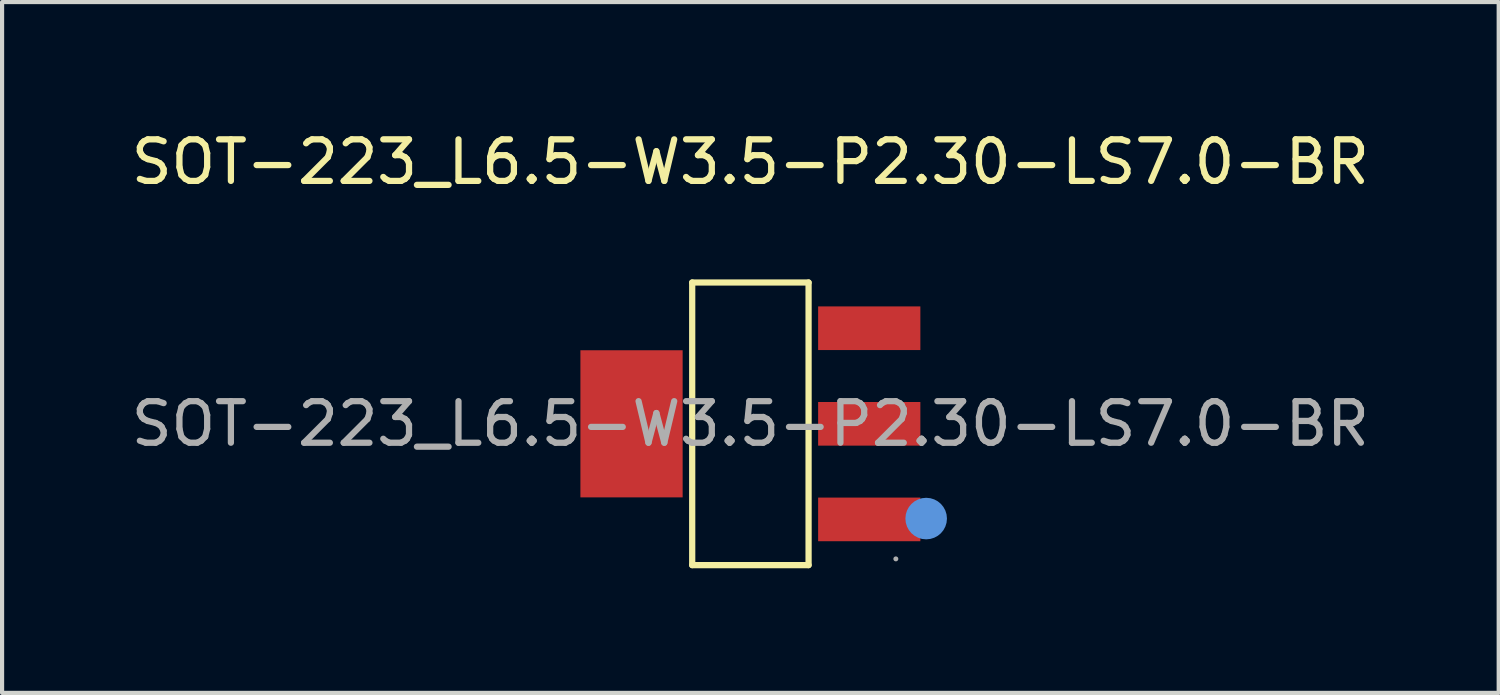
<source format=kicad_pcb>
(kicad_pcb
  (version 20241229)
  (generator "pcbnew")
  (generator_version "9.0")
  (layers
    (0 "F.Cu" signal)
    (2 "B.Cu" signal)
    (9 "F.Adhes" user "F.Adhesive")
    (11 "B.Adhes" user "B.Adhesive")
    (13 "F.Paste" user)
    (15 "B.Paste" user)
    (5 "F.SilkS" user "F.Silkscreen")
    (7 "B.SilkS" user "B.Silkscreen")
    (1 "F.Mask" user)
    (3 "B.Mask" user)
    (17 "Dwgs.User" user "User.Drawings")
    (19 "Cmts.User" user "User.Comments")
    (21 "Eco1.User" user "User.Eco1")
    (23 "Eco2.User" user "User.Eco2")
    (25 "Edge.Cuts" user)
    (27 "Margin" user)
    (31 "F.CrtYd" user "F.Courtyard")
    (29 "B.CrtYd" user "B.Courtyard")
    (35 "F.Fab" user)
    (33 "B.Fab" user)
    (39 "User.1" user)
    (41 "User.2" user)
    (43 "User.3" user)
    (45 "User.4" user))
  (footprint "SOT-223_L6.5-W3.5-P2.30-LS7.0-BR"
    (layer "F.Cu")
    (at 15.006 7.148)
    (property "Reference" "SOT-223_L6.5-W3.5-P2.30-LS7.0-BR" (at 0 -6.3 0) (layer "F.SilkS") (effects (font (size 1 1) (thickness 0.15))))
    (attr smd)
    (fp_line (start -1.4 -3.4) (end 1.4 -3.4) (stroke (width 0.15) (type solid)) (layer "F.SilkS"))
    (fp_line (start -1.4 3.4) (end -1.4 -3.4) (stroke (width 0.15) (type solid)) (layer "F.SilkS"))
    (fp_line (start 1.4 -3.4) (end 1.4 3.4) (stroke (width 0.15) (type solid)) (layer "F.SilkS"))
    (fp_line (start 1.4 3.4) (end -1.4 3.4) (stroke (width 0.15) (type solid)) (layer "F.SilkS"))
    (fp_circle (center 4.23 2.28) (end 4.48 2.28) (stroke (width 0.5) (type solid)) (fill no) (layer "Cmts.User"))
    (fp_circle (center 3.5 3.25) (end 3.53 3.25) (stroke (width 0.06) (type solid)) (fill no) (layer "F.Fab"))
    (fp_text user "${REFERENCE}" (at 0 0 0) (layer "F.Fab") (effects (font (size 1 1) (thickness 0.15))))
    (pad "1" smd rect (at 2.86 2.3) (size 2.46 1.05) (layers "F.Cu" "F.Mask" "F.Paste"))
    (pad "2" smd rect (at 2.86 0) (size 2.46 1.05) (layers "F.Cu" "F.Mask" "F.Paste"))
    (pad "3" smd rect (at 2.86 -2.3) (size 2.46 1.05) (layers "F.Cu" "F.Mask" "F.Paste"))
    (pad "4" smd rect (at -2.86 0) (size 2.46 3.54) (layers "F.Cu" "F.Mask" "F.Paste")))
  (gr_rect
    (start -3 -3)
    (end 33.012 13.623)
    (stroke (width 0.1) (type default))
    (fill no)
    (layer "Edge.Cuts")))
</source>
